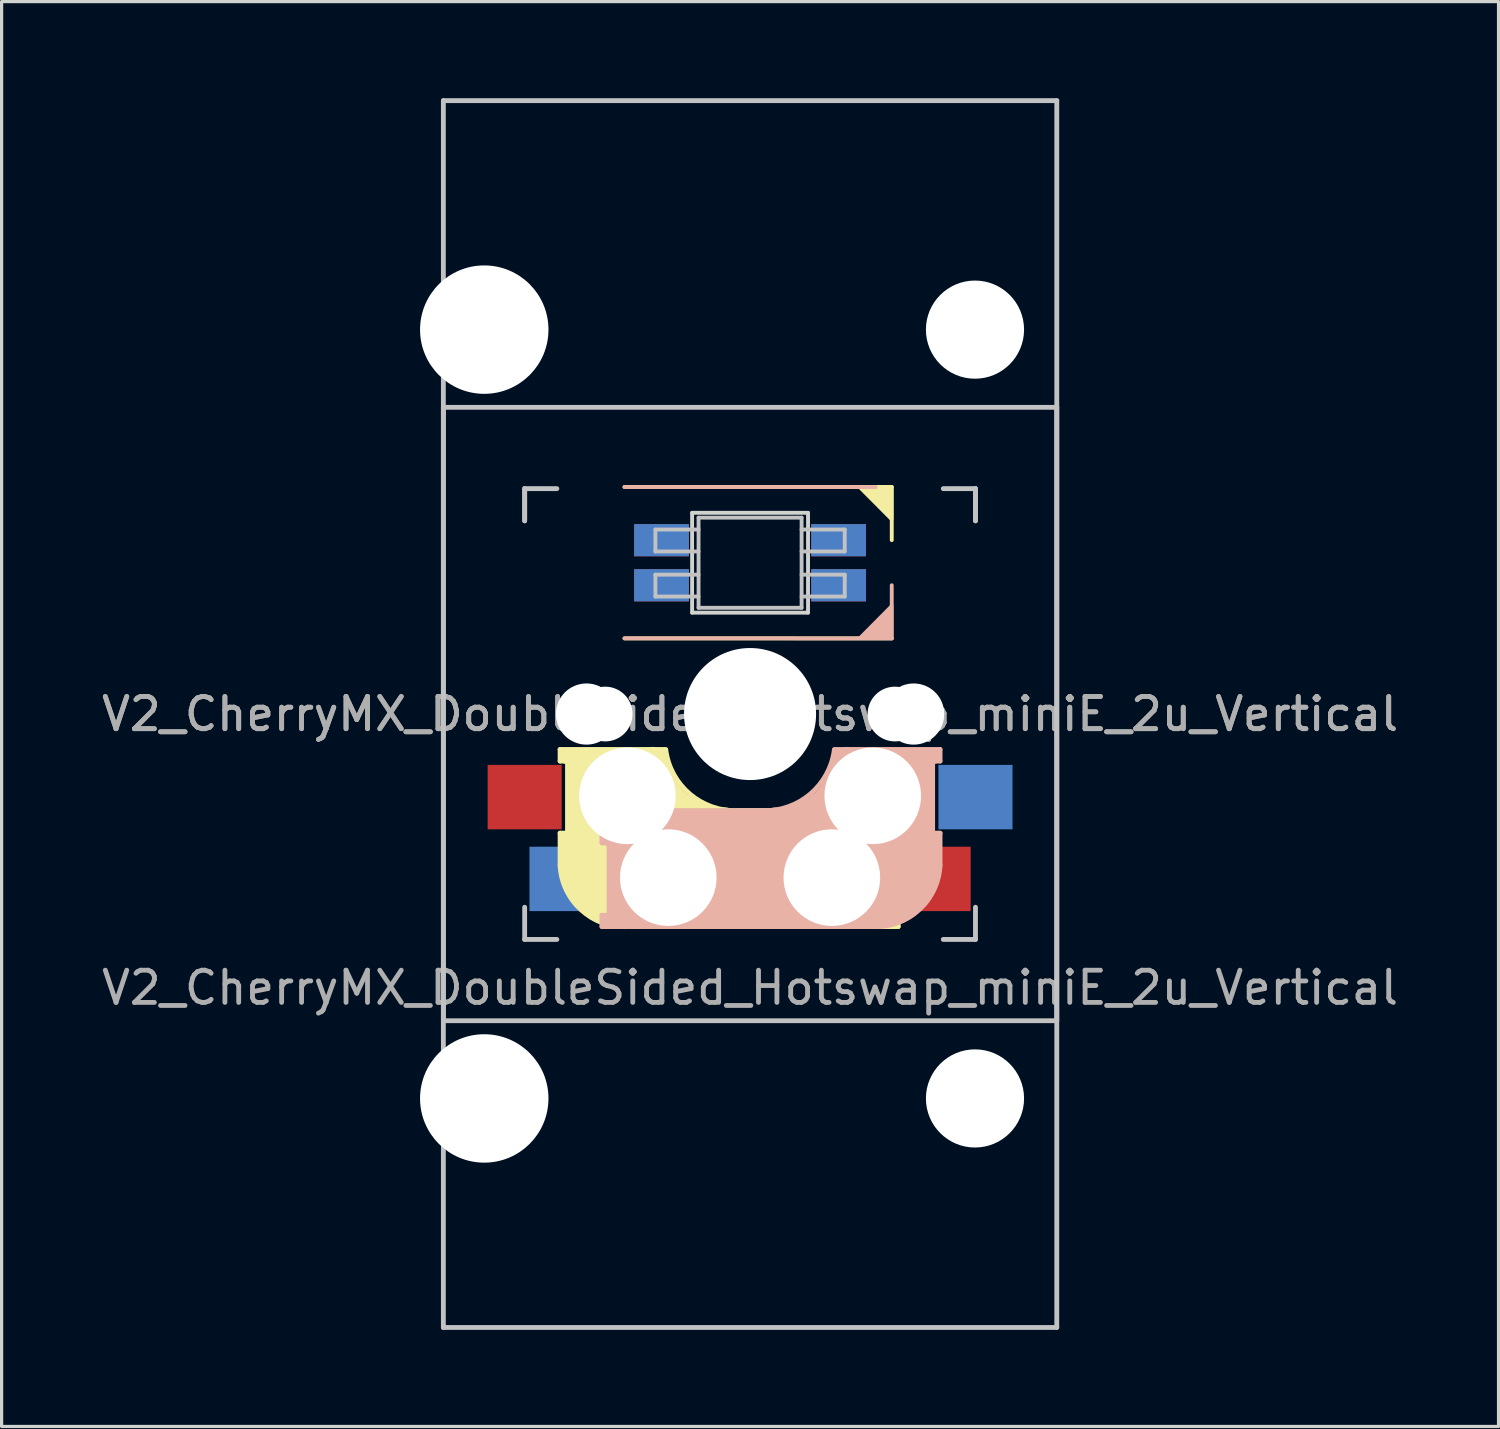
<source format=kicad_pcb>
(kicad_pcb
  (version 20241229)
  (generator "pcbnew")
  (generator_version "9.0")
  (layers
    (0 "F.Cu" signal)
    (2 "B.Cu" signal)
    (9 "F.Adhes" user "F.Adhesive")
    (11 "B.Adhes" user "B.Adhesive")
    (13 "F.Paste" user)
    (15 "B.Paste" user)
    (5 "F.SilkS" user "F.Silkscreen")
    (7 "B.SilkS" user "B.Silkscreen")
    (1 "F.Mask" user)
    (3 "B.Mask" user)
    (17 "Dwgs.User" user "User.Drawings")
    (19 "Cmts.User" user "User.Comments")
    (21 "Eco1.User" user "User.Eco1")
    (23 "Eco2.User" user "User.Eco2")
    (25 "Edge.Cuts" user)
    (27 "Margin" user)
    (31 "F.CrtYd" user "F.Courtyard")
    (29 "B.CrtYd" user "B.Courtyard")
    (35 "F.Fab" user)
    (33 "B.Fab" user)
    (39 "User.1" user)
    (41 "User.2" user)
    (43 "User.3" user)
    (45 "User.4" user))
  (footprint "V2_CherryMX_DoubleSided_Hotswap_miniE_2u_Vertical"
    (layer "F.Cu")
    (at 20.244 19.125)
    (property "Reference" "V2_CherryMX_DoubleSided_Hotswap_miniE_2u_Vertical" (at 0 8.5 0) (layer "F.Fab") (effects (font (size 1 1) (thickness 0.15))))
    (attr through_hole)
    (fp_line (start -5.9 1.1) (end -5.9 1.46) (stroke (width 0.15) (type solid)) (layer "F.SilkS"))
    (fp_line (start -5.9 1.1) (end -2.62 1.1) (stroke (width 0.15) (type solid)) (layer "F.SilkS"))
    (fp_line (start -5.9 3.7) (end -5.7 3.7) (stroke (width 0.15) (type solid)) (layer "F.SilkS"))
    (fp_line (start -5.9 4.7) (end -5.9 3.7) (stroke (width 0.15) (type solid)) (layer "F.SilkS"))
    (fp_line (start -5.8 3.8) (end -5.8 4.7) (stroke (width 0.3) (type solid)) (layer "F.SilkS"))
    (fp_line (start -5.7 1.3) (end -3 1.3) (stroke (width 0.5) (type solid)) (layer "F.SilkS"))
    (fp_line (start -5.7 1.46) (end -5.9 1.46) (stroke (width 0.15) (type solid)) (layer "F.SilkS"))
    (fp_line (start -5.67 3.7) (end -5.67 1.46) (stroke (width 0.15) (type solid)) (layer "F.SilkS"))
    (fp_line (start -5.3 1.6) (end -5.3 3.4) (stroke (width 0.8) (type solid)) (layer "F.SilkS"))
    (fp_line (start -4.17 5.1) (end -4.17 2.86) (stroke (width 3) (type solid)) (layer "F.SilkS"))
    (fp_line (start -3.9 -7.052) (end 4.4 -7.052) (stroke (width 0.12) (type solid)) (layer "F.SilkS"))
    (fp_line (start -0.4 3) (end 4.6 3) (stroke (width 0.15) (type solid)) (layer "F.SilkS"))
    (fp_line (start 2.6 4.8) (end -4.1 4.8) (stroke (width 3.5) (type solid)) (layer "F.SilkS"))
    (fp_line (start 3.9 6) (end 3.9 3.5) (stroke (width 1) (type solid)) (layer "F.SilkS"))
    (fp_line (start 4.3 3.3) (end 2.9 3.3) (stroke (width 0.5) (type solid)) (layer "F.SilkS"))
    (fp_line (start 4.38 4) (end 4.38 6.25) (stroke (width 0.15) (type solid)) (layer "F.SilkS"))
    (fp_line (start 4.4 -7.052) (end 4.4 -5.401) (stroke (width 0.12) (type solid)) (layer "F.SilkS"))
    (fp_line (start 4.4 -2.349) (end -3.9 -2.352) (stroke (width 0.12) (type solid)) (layer "F.SilkS"))
    (fp_line (start 4.4 3.9) (end 4.4 3.2) (stroke (width 0.4) (type solid)) (layer "F.SilkS"))
    (fp_line (start 4.4 6.25) (end 4.6 6.25) (stroke (width 0.15) (type solid)) (layer "F.SilkS"))
    (fp_line (start 4.4 6.4) (end 3 6.4) (stroke (width 0.4) (type solid)) (layer "F.SilkS"))
    (fp_line (start 4.6 3) (end 4.6 4) (stroke (width 0.15) (type solid)) (layer "F.SilkS"))
    (fp_line (start 4.6 4) (end 4.4 4) (stroke (width 0.15) (type solid)) (layer "F.SilkS"))
    (fp_line (start 4.6 6.25) (end 4.6 6.6) (stroke (width 0.15) (type solid)) (layer "F.SilkS"))
    (fp_line (start 4.6 6.6) (end -3.8 6.6) (stroke (width 0.15) (type solid)) (layer "F.SilkS"))
    (fp_arc (start -3.8 6.600001) (mid -5.243504 6.084925) (end -5.900001 4.7) (stroke (width 0.15) (type solid)) (layer "F.SilkS"))
    (fp_arc (start -0.8 3.4) (mid -2.268709 2.886118) (end -3.016318 1.521471) (stroke (width 1) (type solid)) (layer "F.SilkS"))
    (fp_arc (start -0.4 3) (mid -1.868709 2.486118) (end -2.616318 1.121471) (stroke (width 0.15) (type solid)) (layer "F.SilkS"))
    (fp_poly (pts (xy 3.392 -7.049) (xy 4.4 -7.052) (xy 4.4 -6.036)) (stroke (width 0.1) (type solid)) (fill yes) (layer "F.SilkS"))
    (fp_line (start -4.6 3) (end -4.6 4) (stroke (width 0.15) (type solid)) (layer "B.SilkS"))
    (fp_line (start -4.6 4) (end -4.4 4) (stroke (width 0.15) (type solid)) (layer "B.SilkS"))
    (fp_line (start -4.6 6.25) (end -4.6 6.6) (stroke (width 0.15) (type solid)) (layer "B.SilkS"))
    (fp_line (start -4.6 6.6) (end 3.8 6.6) (stroke (width 0.15) (type solid)) (layer "B.SilkS"))
    (fp_line (start -4.4 3.9) (end -4.4 3.2) (stroke (width 0.4) (type solid)) (layer "B.SilkS"))
    (fp_line (start -4.4 6.25) (end -4.6 6.25) (stroke (width 0.15) (type solid)) (layer "B.SilkS"))
    (fp_line (start -4.4 6.4) (end -3 6.4) (stroke (width 0.4) (type solid)) (layer "B.SilkS"))
    (fp_line (start -4.38 4) (end -4.38 6.25) (stroke (width 0.15) (type solid)) (layer "B.SilkS"))
    (fp_line (start -4.3 3.3) (end -2.9 3.3) (stroke (width 0.5) (type solid)) (layer "B.SilkS"))
    (fp_line (start -3.9 -2.349) (end 4.4 -2.349) (stroke (width 0.12) (type solid)) (layer "B.SilkS"))
    (fp_line (start -3.9 6) (end -3.9 3.5) (stroke (width 1) (type solid)) (layer "B.SilkS"))
    (fp_line (start -2.6 4.8) (end 4.1 4.8) (stroke (width 3.5) (type solid)) (layer "B.SilkS"))
    (fp_line (start 0.4 3) (end -4.6 3) (stroke (width 0.15) (type solid)) (layer "B.SilkS"))
    (fp_line (start 3.9 -7.049) (end -3.9 -7.049) (stroke (width 0.12) (type solid)) (layer "B.SilkS"))
    (fp_line (start 4.17 5.1) (end 4.17 2.86) (stroke (width 3) (type solid)) (layer "B.SilkS"))
    (fp_line (start 4.4 -2.349) (end 4.4 -4) (stroke (width 0.12) (type solid)) (layer "B.SilkS"))
    (fp_line (start 5.3 1.6) (end 5.3 3.4) (stroke (width 0.8) (type solid)) (layer "B.SilkS"))
    (fp_line (start 5.67 3.7) (end 5.67 1.46) (stroke (width 0.15) (type solid)) (layer "B.SilkS"))
    (fp_line (start 5.7 1.3) (end 3 1.3) (stroke (width 0.5) (type solid)) (layer "B.SilkS"))
    (fp_line (start 5.7 1.46) (end 5.9 1.46) (stroke (width 0.15) (type solid)) (layer "B.SilkS"))
    (fp_line (start 5.8 3.8) (end 5.8 4.7) (stroke (width 0.3) (type solid)) (layer "B.SilkS"))
    (fp_line (start 5.9 1.1) (end 2.62 1.1) (stroke (width 0.15) (type solid)) (layer "B.SilkS"))
    (fp_line (start 5.9 1.1) (end 5.9 1.46) (stroke (width 0.15) (type solid)) (layer "B.SilkS"))
    (fp_line (start 5.9 3.7) (end 5.7 3.7) (stroke (width 0.15) (type solid)) (layer "B.SilkS"))
    (fp_line (start 5.9 4.7) (end 5.9 3.7) (stroke (width 0.15) (type solid)) (layer "B.SilkS"))
    (fp_arc (start 2.616318 1.121471) (mid 1.868709 2.486118) (end 0.4 3) (stroke (width 0.15) (type solid)) (layer "B.SilkS"))
    (fp_arc (start 3.016318 1.521471) (mid 2.268709 2.886118) (end 0.8 3.4) (stroke (width 1) (type solid)) (layer "B.SilkS"))
    (fp_arc (start 5.9 4.699999) (mid 5.243504 6.084924) (end 3.800001 6.6) (stroke (width 0.15) (type solid)) (layer "B.SilkS"))
    (fp_poly (pts (xy 4.4 -3.365) (xy 4.4 -2.349) (xy 3.392 -2.349)) (stroke (width 0.1) (type solid)) (fill yes) (layer "B.SilkS"))
    (fp_line (start -9.525 -19.05) (end 9.525 -19.05) (stroke (width 0.15) (type solid)) (layer "Dwgs.User"))
    (fp_line (start -9.525 -9.525) (end 9.525 -9.525) (stroke (width 0.15) (type solid)) (layer "Dwgs.User"))
    (fp_line (start -9.525 9.525) (end -9.525 -9.525) (stroke (width 0.15) (type solid)) (layer "Dwgs.User"))
    (fp_line (start -9.525 19.05) (end -9.525 -19.05) (stroke (width 0.15) (type solid)) (layer "Dwgs.User"))
    (fp_line (start -7 -7) (end -7 -6) (stroke (width 0.15) (type solid)) (layer "Dwgs.User"))
    (fp_line (start -7 -7) (end -6 -7) (stroke (width 0.15) (type solid)) (layer "Dwgs.User"))
    (fp_line (start -7 -6) (end -7 -7) (stroke (width 0.15) (type solid)) (layer "Dwgs.User"))
    (fp_line (start -7 7) (end -7 6) (stroke (width 0.15) (type solid)) (layer "Dwgs.User"))
    (fp_line (start -7 7) (end -6 7) (stroke (width 0.15) (type solid)) (layer "Dwgs.User"))
    (fp_line (start -2.94 -5.729) (end -2.94 -5.049) (stroke (width 0.12) (type solid)) (layer "Dwgs.User"))
    (fp_line (start -2.94 -5.049) (end -1.6 -5.049) (stroke (width 0.12) (type solid)) (layer "Dwgs.User"))
    (fp_line (start -2.94 -4.329) (end -2.94 -3.649) (stroke (width 0.12) (type solid)) (layer "Dwgs.User"))
    (fp_line (start -2.94 -3.649) (end -1.6 -3.649) (stroke (width 0.12) (type solid)) (layer "Dwgs.User"))
    (fp_line (start -1.6 -5.729) (end -2.94 -5.729) (stroke (width 0.12) (type solid)) (layer "Dwgs.User"))
    (fp_line (start -1.6 -4.329) (end -2.94 -4.329) (stroke (width 0.12) (type solid)) (layer "Dwgs.User"))
    (fp_line (start -1.6 -3.299) (end -1.6 -6.099) (stroke (width 0.12) (type solid)) (layer "Dwgs.User"))
    (fp_line (start 1.6 -6.099) (end -1.6 -6.099) (stroke (width 0.12) (type solid)) (layer "Dwgs.User"))
    (fp_line (start 1.6 -5.049) (end 2.94 -5.049) (stroke (width 0.12) (type solid)) (layer "Dwgs.User"))
    (fp_line (start 1.6 -3.649) (end 2.94 -3.649) (stroke (width 0.12) (type solid)) (layer "Dwgs.User"))
    (fp_line (start 1.6 -3.299) (end -1.6 -3.299) (stroke (width 0.12) (type solid)) (layer "Dwgs.User"))
    (fp_line (start 1.6 -3.299) (end 1.6 -6.099) (stroke (width 0.12) (type solid)) (layer "Dwgs.User"))
    (fp_line (start 2.94 -5.729) (end 1.6 -5.729) (stroke (width 0.12) (type solid)) (layer "Dwgs.User"))
    (fp_line (start 2.94 -5.049) (end 2.94 -5.729) (stroke (width 0.12) (type solid)) (layer "Dwgs.User"))
    (fp_line (start 2.94 -4.329) (end 1.6 -4.329) (stroke (width 0.12) (type solid)) (layer "Dwgs.User"))
    (fp_line (start 2.94 -3.649) (end 2.94 -4.329) (stroke (width 0.12) (type solid)) (layer "Dwgs.User"))
    (fp_line (start 7 -7) (end 6 -7) (stroke (width 0.15) (type solid)) (layer "Dwgs.User"))
    (fp_line (start 7 -6) (end 7 -7) (stroke (width 0.15) (type solid)) (layer "Dwgs.User"))
    (fp_line (start 7 -6) (end 7 -7) (stroke (width 0.15) (type solid)) (layer "Dwgs.User"))
    (fp_line (start 7 6) (end 7 7) (stroke (width 0.15) (type solid)) (layer "Dwgs.User"))
    (fp_line (start 7 7) (end 6 7) (stroke (width 0.15) (type solid)) (layer "Dwgs.User"))
    (fp_line (start 9.525 -19.05) (end 9.525 19.05) (stroke (width 0.15) (type solid)) (layer "Dwgs.User"))
    (fp_line (start 9.525 -9.525) (end 9.525 9.525) (stroke (width 0.15) (type solid)) (layer "Dwgs.User"))
    (fp_line (start 9.525 9.525) (end -9.525 9.525) (stroke (width 0.15) (type solid)) (layer "Dwgs.User"))
    (fp_line (start 9.525 19.05) (end -9.525 19.05) (stroke (width 0.15) (type solid)) (layer "Dwgs.User"))
    (fp_line (start -1.8 -6.249) (end -1.8 -3.149) (stroke (width 0.12) (type solid)) (layer "Edge.Cuts"))
    (fp_line (start -1.8 -3.149) (end 1.8 -3.149) (stroke (width 0.12) (type solid)) (layer "Edge.Cuts"))
    (fp_line (start 1.8 -6.249) (end -1.8 -6.249) (stroke (width 0.12) (type solid)) (layer "Edge.Cuts"))
    (fp_line (start 1.8 -3.149) (end 1.8 -6.249) (stroke (width 0.12) (type solid)) (layer "Edge.Cuts"))
    (fp_text user "${REFERENCE}" (at 0 0 180) (layer "F.Fab") (effects (font (size 1 1) (thickness 0.15))))
    (fp_text user "${REFERENCE}" (at 0 0 180) (layer "F.Fab") (effects (font (size 1 1) (thickness 0.15))))
    (pad "" np_thru_hole circle (at -8.255 -11.938 90) (size 3.988 3.988) (drill 3.988) (layers "*.Cu" "*.Mask"))
    (pad "" np_thru_hole circle (at -8.255 11.938 90) (size 3.988 3.988) (drill 3.988) (layers "*.Cu" "*.Mask"))
    (pad "" np_thru_hole circle (at -5.08 0 180) (size 1.9 1.9) (drill 1.9) (layers "*.Cu" "*.Mask"))
    (pad "" np_thru_hole circle (at -4.5 0 180) (size 1.7 1.7) (drill 1.7) (layers "*.Cu" "*.Mask"))
    (pad "" np_thru_hole circle (at -3.81 2.54) (size 3 3) (drill 3) (layers "*.Cu" "*.Mask"))
    (pad "" np_thru_hole circle (at -2.54 5.08) (size 3 3) (drill 3) (layers "*.Cu" "*.Mask"))
    (pad "" np_thru_hole circle (at 0 0 270) (size 4.1 4.1) (drill 4.1) (layers "*.Cu" "*.Mask"))
    (pad "" np_thru_hole circle (at 2.54 5.08) (size 3 3) (drill 3) (layers "*.Cu" "*.Mask"))
    (pad "" np_thru_hole circle (at 3.81 2.54) (size 3 3) (drill 3) (layers "*.Cu" "*.Mask"))
    (pad "" np_thru_hole circle (at 4.5 0 180) (size 1.7 1.7) (drill 1.7) (layers "*.Cu" "*.Mask"))
    (pad "" np_thru_hole circle (at 5.08 0 180) (size 1.9 1.9) (drill 1.9) (layers "*.Cu" "*.Mask"))
    (pad "" np_thru_hole circle (at 6.985 -11.938 90) (size 3.048 3.048) (drill 3.048) (layers "*.Cu" "*.Mask"))
    (pad "" np_thru_hole circle (at 6.985 11.938 90) (size 3.048 3.048) (drill 3.048) (layers "*.Cu" "*.Mask"))
    (pad "1" smd rect (at -2.75 -5.399 180) (size 1.7 1) (layers "B.Cu" "B.Mask" "B.Paste"))
    (pad "1" smd rect (at -2.75 -3.999 180) (size 1.7 1) (layers "F.Cu" "F.Mask" "F.Paste"))
    (pad "2" smd rect (at -2.75 -5.399 180) (size 1.7 1) (layers "F.Cu" "F.Mask" "F.Paste"))
    (pad "2" smd rect (at -2.75 -3.999 180) (size 1.7 1) (layers "B.Cu" "B.Mask" "B.Paste"))
    (pad "3" smd rect (at 2.75 -5.399 180) (size 1.7 1) (layers "F.Cu" "F.Mask" "F.Paste"))
    (pad "3" smd rect (at 2.75 -3.999 180) (size 1.7 1) (layers "B.Cu" "B.Mask" "B.Paste"))
    (pad "4" smd rect (at 2.75 -5.399 180) (size 1.7 1) (layers "B.Cu" "B.Mask" "B.Paste"))
    (pad "4" smd rect (at 2.75 -3.999 180) (size 1.7 1) (layers "F.Cu" "F.Mask" "F.Paste"))
    (pad "5" smd rect (at -5.7 5.12) (size 2.3 2) (layers "B.Cu" "B.Mask" "B.Paste"))
    (pad "5" smd rect (at 5.7 5.12) (size 2.3 2) (layers "F.Cu" "F.Mask" "F.Paste"))
    (pad "6" smd rect (at -7 2.58) (size 2.3 2) (layers "F.Cu" "F.Mask" "F.Paste"))
    (pad "6" smd rect (at 7 2.58) (size 2.3 2) (layers "B.Cu" "B.Mask" "B.Paste")))
  (gr_rect
    (start -3 -3)
    (end 43.488 41.25)
    (stroke (width 0.1) (type default))
    (fill no)
    (layer "Edge.Cuts")))
</source>
